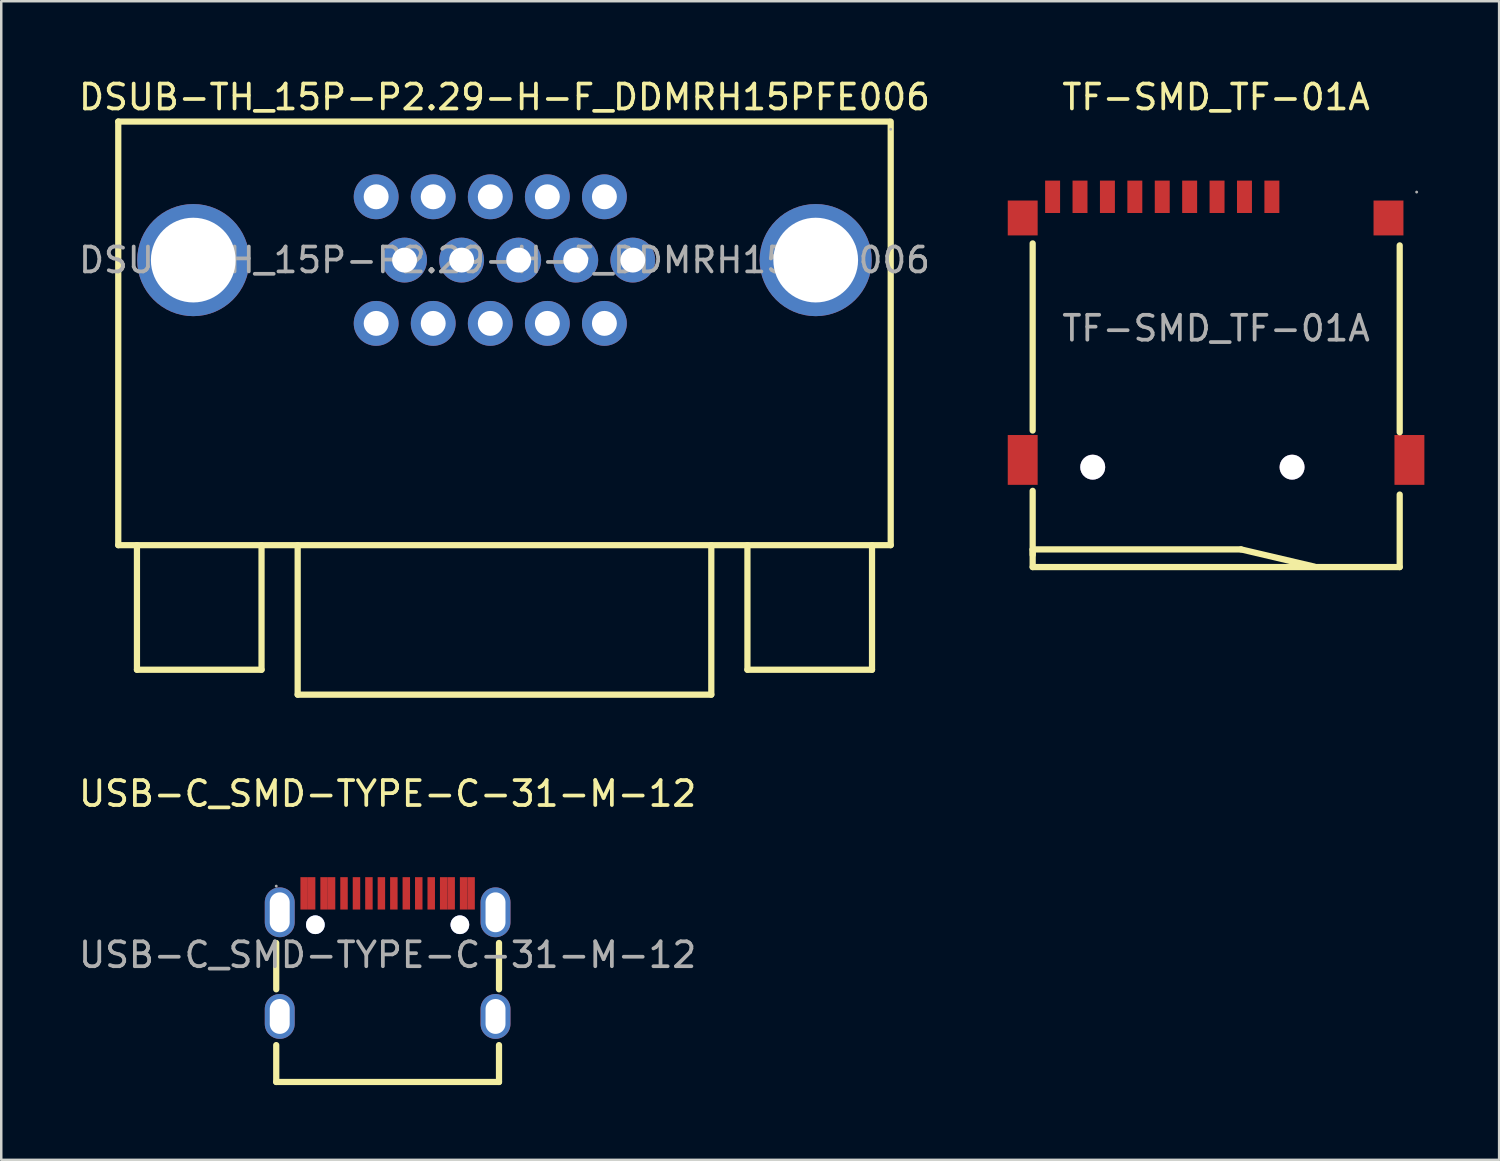
<source format=kicad_pcb>
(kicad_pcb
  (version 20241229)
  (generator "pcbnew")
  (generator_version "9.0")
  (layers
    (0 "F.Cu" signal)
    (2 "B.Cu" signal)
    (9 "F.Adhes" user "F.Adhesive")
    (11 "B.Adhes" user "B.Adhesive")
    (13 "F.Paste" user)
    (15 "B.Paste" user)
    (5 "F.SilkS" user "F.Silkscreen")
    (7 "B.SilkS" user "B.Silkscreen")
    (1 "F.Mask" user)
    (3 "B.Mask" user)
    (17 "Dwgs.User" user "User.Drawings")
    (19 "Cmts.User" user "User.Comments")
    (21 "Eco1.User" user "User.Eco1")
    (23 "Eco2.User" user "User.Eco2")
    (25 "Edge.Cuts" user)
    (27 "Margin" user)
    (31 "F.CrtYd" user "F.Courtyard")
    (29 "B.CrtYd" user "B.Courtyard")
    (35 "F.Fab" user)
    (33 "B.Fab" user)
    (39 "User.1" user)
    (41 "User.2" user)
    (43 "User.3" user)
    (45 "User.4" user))
  (footprint "TF-SMD_TF-01A"
    (layer "F.Cu")
    (at 45.753 10.128)
    (property "Reference" "TF-SMD_TF-01A" (at 0 -9.28 0) (layer "F.SilkS") (effects (font (size 1 1) (thickness 0.15))))
    (attr smd)
    (fp_line (start -7.36 -3.41) (end -7.36 4.1) (stroke (width 0.25) (type solid)) (layer "F.SilkS"))
    (fp_line (start -7.36 6.52) (end -7.36 9.58) (stroke (width 0.25) (type solid)) (layer "F.SilkS"))
    (fp_line (start -7.36 8.87) (end 1 8.87) (stroke (width 0.25) (type solid)) (layer "F.SilkS"))
    (fp_line (start -7.36 9.09) (end -7.36 8.87) (stroke (width 0.25) (type solid)) (layer "F.SilkS"))
    (fp_line (start -7.36 9.58) (end 7.37 9.58) (stroke (width 0.25) (type solid)) (layer "F.SilkS"))
    (fp_line (start 1 8.87) (end 3.94 9.56) (stroke (width 0.25) (type solid)) (layer "F.SilkS"))
    (fp_line (start 7.37 4.17) (end 7.37 -3.33) (stroke (width 0.25) (type solid)) (layer "F.SilkS"))
    (fp_line (start 7.37 9.58) (end 7.37 6.67) (stroke (width 0.25) (type solid)) (layer "F.SilkS"))
    (fp_circle (center -4.95 5.57) (end -4.75 5.57) (stroke (width 0.4) (type solid)) (fill no) (layer "Cmts.User"))
    (fp_circle (center 3.05 5.57) (end 3.25 5.57) (stroke (width 0.4) (type solid)) (fill no) (layer "Cmts.User"))
    (fp_circle (center 8.05 -5.47) (end 8.08 -5.47) (stroke (width 0.06) (type solid)) (fill no) (layer "F.Fab"))
    (fp_text user "${REFERENCE}" (at 0 0 0) (layer "F.Fab") (effects (font (size 1 1) (thickness 0.15))))
    (pad "" thru_hole circle (at -4.95 5.57) (size 1 1) (drill 1) (layers "*.Cu" "*.Mask"))
    (pad "" thru_hole circle (at 3.05 5.57) (size 1 1) (drill 1) (layers "*.Cu" "*.Mask"))
    (pad "1" smd rect (at 2.24 -5.28) (size 0.6 1.3) (layers "F.Cu" "F.Mask" "F.Paste"))
    (pad "2" smd rect (at 1.14 -5.28) (size 0.6 1.3) (layers "F.Cu" "F.Mask" "F.Paste"))
    (pad "3" smd rect (at 0.04 -5.28) (size 0.6 1.3) (layers "F.Cu" "F.Mask" "F.Paste"))
    (pad "4" smd rect (at -1.06 -5.28) (size 0.6 1.3) (layers "F.Cu" "F.Mask" "F.Paste"))
    (pad "5" smd rect (at -2.16 -5.28) (size 0.6 1.3) (layers "F.Cu" "F.Mask" "F.Paste"))
    (pad "6" smd rect (at -3.26 -5.28) (size 0.6 1.3) (layers "F.Cu" "F.Mask" "F.Paste"))
    (pad "7" smd rect (at -4.36 -5.28) (size 0.6 1.3) (layers "F.Cu" "F.Mask" "F.Paste"))
    (pad "8" smd rect (at -5.46 -5.28) (size 0.6 1.3) (layers "F.Cu" "F.Mask" "F.Paste"))
    (pad "9" smd rect (at -6.56 -5.28) (size 0.6 1.3) (layers "F.Cu" "F.Mask" "F.Paste"))
    (pad "10" smd rect (at -7.76 -4.43) (size 1.2 1.4) (layers "F.Cu" "F.Mask" "F.Paste"))
    (pad "11" smd rect (at -7.76 5.28) (size 1.2 2) (layers "F.Cu" "F.Mask" "F.Paste"))
    (pad "12" smd rect (at 7.76 5.28) (size 1.2 2) (layers "F.Cu" "F.Mask" "F.Paste"))
    (pad "13" smd rect (at 6.92 -4.43) (size 1.2 1.4) (layers "F.Cu" "F.Mask" "F.Paste")))
  (footprint "DSUB-TH_15P-P2.29-H-F_DDMRH15PFE006"
    (layer "F.Cu")
    (at 17.196 7.388)
    (property "Reference" "DSUB-TH_15P-P2.29-H-F_DDMRH15PFE006" (at 0 -6.54 0) (layer "F.SilkS") (effects (font (size 1 1) (thickness 0.15))))
    (attr through_hole)
    (fp_line (start -15.5 -5.56) (end 15.43 -5.56) (stroke (width 0.25) (type solid)) (layer "F.SilkS"))
    (fp_line (start -15.5 11.44) (end -15.5 -5.56) (stroke (width 0.25) (type solid)) (layer "F.SilkS"))
    (fp_line (start -15.5 11.44) (end 15.5 11.44) (stroke (width 0.25) (type solid)) (layer "F.SilkS"))
    (fp_line (start -14.75 16.44) (end -14.75 11.44) (stroke (width 0.25) (type solid)) (layer "F.SilkS"))
    (fp_line (start -14.75 16.44) (end -9.75 16.44) (stroke (width 0.25) (type solid)) (layer "F.SilkS"))
    (fp_line (start -9.75 16.44) (end -9.75 11.44) (stroke (width 0.25) (type solid)) (layer "F.SilkS"))
    (fp_line (start -8.3 17.44) (end -8.3 11.44) (stroke (width 0.25) (type solid)) (layer "F.SilkS"))
    (fp_line (start -8.3 17.44) (end 8.3 17.44) (stroke (width 0.25) (type solid)) (layer "F.SilkS"))
    (fp_line (start 8.3 17.44) (end 8.3 11.44) (stroke (width 0.25) (type solid)) (layer "F.SilkS"))
    (fp_line (start 9.75 16.44) (end 9.75 11.44) (stroke (width 0.25) (type solid)) (layer "F.SilkS"))
    (fp_line (start 14.75 16.44) (end 9.75 16.44) (stroke (width 0.25) (type solid)) (layer "F.SilkS"))
    (fp_line (start 14.75 16.44) (end 14.75 11.44) (stroke (width 0.25) (type solid)) (layer "F.SilkS"))
    (fp_line (start 15.5 11.44) (end 15.5 -5.56) (stroke (width 0.25) (type solid)) (layer "F.SilkS"))
    (fp_circle (center -5.15 -2.54) (end -4.99 -2.54) (stroke (width 0.32) (type solid)) (fill no) (layer "F.Fab"))
    (fp_circle (center -5.15 2.54) (end -4.99 2.54) (stroke (width 0.32) (type solid)) (fill no) (layer "F.Fab"))
    (fp_circle (center -4.01 0) (end -3.85 0) (stroke (width 0.32) (type solid)) (fill no) (layer "F.Fab"))
    (fp_circle (center -2.86 -2.54) (end -2.7 -2.54) (stroke (width 0.32) (type solid)) (fill no) (layer "F.Fab"))
    (fp_circle (center -2.86 2.54) (end -2.7 2.54) (stroke (width 0.32) (type solid)) (fill no) (layer "F.Fab"))
    (fp_circle (center -1.72 0) (end -1.56 0) (stroke (width 0.32) (type solid)) (fill no) (layer "F.Fab"))
    (fp_circle (center -0.57 -2.54) (end -0.41 -2.54) (stroke (width 0.32) (type solid)) (fill no) (layer "F.Fab"))
    (fp_circle (center -0.57 2.54) (end -0.41 2.54) (stroke (width 0.32) (type solid)) (fill no) (layer "F.Fab"))
    (fp_circle (center 0.57 0) (end 0.73 0) (stroke (width 0.32) (type solid)) (fill no) (layer "F.Fab"))
    (fp_circle (center 1.72 -2.54) (end 1.88 -2.54) (stroke (width 0.32) (type solid)) (fill no) (layer "F.Fab"))
    (fp_circle (center 1.72 2.54) (end 1.88 2.54) (stroke (width 0.32) (type solid)) (fill no) (layer "F.Fab"))
    (fp_circle (center 2.86 0) (end 3.02 0) (stroke (width 0.32) (type solid)) (fill no) (layer "F.Fab"))
    (fp_circle (center 4.01 -2.54) (end 4.17 -2.54) (stroke (width 0.32) (type solid)) (fill no) (layer "F.Fab"))
    (fp_circle (center 4.01 2.54) (end 4.17 2.54) (stroke (width 0.32) (type solid)) (fill no) (layer "F.Fab"))
    (fp_circle (center 5.15 0) (end 5.31 0) (stroke (width 0.32) (type solid)) (fill no) (layer "F.Fab"))
    (fp_circle (center 15.5 -5.25) (end 15.53 -5.25) (stroke (width 0.06) (type solid)) (fill no) (layer "F.Fab"))
    (fp_text user "${REFERENCE}" (at 0 0 0) (layer "F.Fab") (effects (font (size 1 1) (thickness 0.15))))
    (pad "1" thru_hole circle (at 4.01 -2.54) (size 1.8 1.8) (drill 1) (layers "*.Cu" "*.Mask"))
    (pad "2" thru_hole circle (at 1.72 -2.54) (size 1.8 1.8) (drill 1) (layers "*.Cu" "*.Mask"))
    (pad "3" thru_hole circle (at -0.57 -2.54) (size 1.8 1.8) (drill 1) (layers "*.Cu" "*.Mask"))
    (pad "4" thru_hole circle (at -2.86 -2.54) (size 1.8 1.8) (drill 1) (layers "*.Cu" "*.Mask"))
    (pad "5" thru_hole circle (at -5.15 -2.54) (size 1.8 1.8) (drill 1) (layers "*.Cu" "*.Mask"))
    (pad "6" thru_hole circle (at 5.15 0) (size 1.8 1.8) (drill 1) (layers "*.Cu" "*.Mask"))
    (pad "7" thru_hole circle (at 2.86 0) (size 1.8 1.8) (drill 1) (layers "*.Cu" "*.Mask"))
    (pad "8" thru_hole circle (at 0.57 0) (size 1.8 1.8) (drill 1) (layers "*.Cu" "*.Mask"))
    (pad "9" thru_hole circle (at -1.72 0) (size 1.8 1.8) (drill 1) (layers "*.Cu" "*.Mask"))
    (pad "10" thru_hole circle (at -4.01 0) (size 1.8 1.8) (drill 1) (layers "*.Cu" "*.Mask"))
    (pad "11" thru_hole circle (at 4.01 2.54) (size 1.8 1.8) (drill 1) (layers "*.Cu" "*.Mask"))
    (pad "12" thru_hole circle (at 1.72 2.54) (size 1.8 1.8) (drill 1) (layers "*.Cu" "*.Mask"))
    (pad "13" thru_hole circle (at -0.57 2.54) (size 1.8 1.8) (drill 1) (layers "*.Cu" "*.Mask"))
    (pad "14" thru_hole circle (at -2.86 2.54) (size 1.8 1.8) (drill 1) (layers "*.Cu" "*.Mask"))
    (pad "15" thru_hole circle (at -5.15 2.54) (size 1.8 1.8) (drill 1) (layers "*.Cu" "*.Mask"))
    (pad "16" thru_hole circle (at -12.49 0) (size 4.5 4.5) (drill 3.4) (layers "*.Cu" "*.Mask"))
    (pad "17" thru_hole circle (at 12.49 0) (size 4.5 4.5) (drill 3.4) (layers "*.Cu" "*.Mask")))
  (footprint "USB-C_SMD-TYPE-C-31-M-12"
    (layer "F.Cu")
    (at 12.506 35.272)
    (property "Reference" "USB-C_SMD-TYPE-C-31-M-12" (at 0 -6.47 0) (layer "F.SilkS") (effects (font (size 1 1) (thickness 0.15))))
    (attr smd)
    (fp_line (start -4.47 1.38) (end -4.47 -0.48) (stroke (width 0.25) (type solid)) (layer "F.SilkS"))
    (fp_line (start -4.47 5.1) (end -4.47 3.62) (stroke (width 0.25) (type solid)) (layer "F.SilkS"))
    (fp_line (start 4.47 1.38) (end 4.47 -0.48) (stroke (width 0.25) (type solid)) (layer "F.SilkS"))
    (fp_line (start 4.47 5.1) (end -4.47 5.1) (stroke (width 0.25) (type solid)) (layer "F.SilkS"))
    (fp_line (start 4.47 5.1) (end 4.47 3.62) (stroke (width 0.25) (type solid)) (layer "F.SilkS"))
    (fp_circle (center -2.9 -1.21) (end -2.78 -1.21) (stroke (width 0.25) (type solid)) (fill no) (layer "Cmts.User"))
    (fp_circle (center 2.9 -1.21) (end 3.02 -1.21) (stroke (width 0.25) (type solid)) (fill no) (layer "Cmts.User"))
    (fp_circle (center -4.47 -2.76) (end -4.44 -2.76) (stroke (width 0.06) (type solid)) (fill no) (layer "F.Fab"))
    (fp_text user "${REFERENCE}" (at 0 0 0) (layer "F.Fab") (effects (font (size 1 1) (thickness 0.15))))
    (pad "" thru_hole circle (at -2.9 -1.21) (size 0.75 0.75) (drill 0.75) (layers "*.Cu" "*.Mask"))
    (pad "" thru_hole circle (at 2.9 -1.21) (size 0.75 0.75) (drill 0.75) (layers "*.Cu" "*.Mask"))
    (pad "0" thru_hole oval (at -4.33 -1.71) (size 1.2 2) (drill oval 0.8 1.6) (layers "*.Cu" "*.Mask"))
    (pad "0" thru_hole oval (at -4.33 2.47) (size 1.2 1.8) (drill oval 0.8 1.4) (layers "*.Cu" "*.Mask"))
    (pad "0" thru_hole oval (at 4.33 -1.71) (size 1.2 2) (drill oval 0.8 1.6) (layers "*.Cu" "*.Mask"))
    (pad "0" thru_hole oval (at 4.33 2.47) (size 1.2 1.8) (drill oval 0.8 1.4) (layers "*.Cu" "*.Mask"))
    (pad "A1" smd rect (at -3.35 -2.47) (size 0.3 1.3) (layers "F.Cu" "F.Mask" "F.Paste"))
    (pad "A4" smd rect (at -2.55 -2.47) (size 0.3 1.3) (layers "F.Cu" "F.Mask" "F.Paste"))
    (pad "A5" smd rect (at -1.25 -2.47) (size 0.3 1.3) (layers "F.Cu" "F.Mask" "F.Paste"))
    (pad "A6" smd rect (at -0.25 -2.47) (size 0.3 1.3) (layers "F.Cu" "F.Mask" "F.Paste"))
    (pad "A7" smd rect (at 0.25 -2.47) (size 0.3 1.3) (layers "F.Cu" "F.Mask" "F.Paste"))
    (pad "A8" smd rect (at 1.25 -2.47) (size 0.3 1.3) (layers "F.Cu" "F.Mask" "F.Paste"))
    (pad "A9" smd rect (at 2.55 -2.47) (size 0.3 1.3) (layers "F.Cu" "F.Mask" "F.Paste"))
    (pad "A12" smd rect (at 3.35 -2.47) (size 0.3 1.3) (layers "F.Cu" "F.Mask" "F.Paste"))
    (pad "B1" smd rect (at 3.05 -2.47) (size 0.3 1.3) (layers "F.Cu" "F.Mask" "F.Paste"))
    (pad "B4" smd rect (at 2.25 -2.47) (size 0.3 1.3) (layers "F.Cu" "F.Mask" "F.Paste"))
    (pad "B5" smd rect (at 1.75 -2.47) (size 0.3 1.3) (layers "F.Cu" "F.Mask" "F.Paste"))
    (pad "B6" smd rect (at 0.75 -2.47) (size 0.3 1.3) (layers "F.Cu" "F.Mask" "F.Paste"))
    (pad "B7" smd rect (at -0.75 -2.47) (size 0.3 1.3) (layers "F.Cu" "F.Mask" "F.Paste"))
    (pad "B8" smd rect (at -1.75 -2.47) (size 0.3 1.3) (layers "F.Cu" "F.Mask" "F.Paste"))
    (pad "B9" smd rect (at -2.25 -2.47) (size 0.3 1.3) (layers "F.Cu" "F.Mask" "F.Paste"))
    (pad "B12" smd rect (at -3.05 -2.47) (size 0.3 1.3) (layers "F.Cu" "F.Mask" "F.Paste")))
  (gr_rect
    (start -3 -3)
    (end 57.113 43.496)
    (stroke (width 0.1) (type default))
    (fill no)
    (layer "Edge.Cuts")))
</source>
